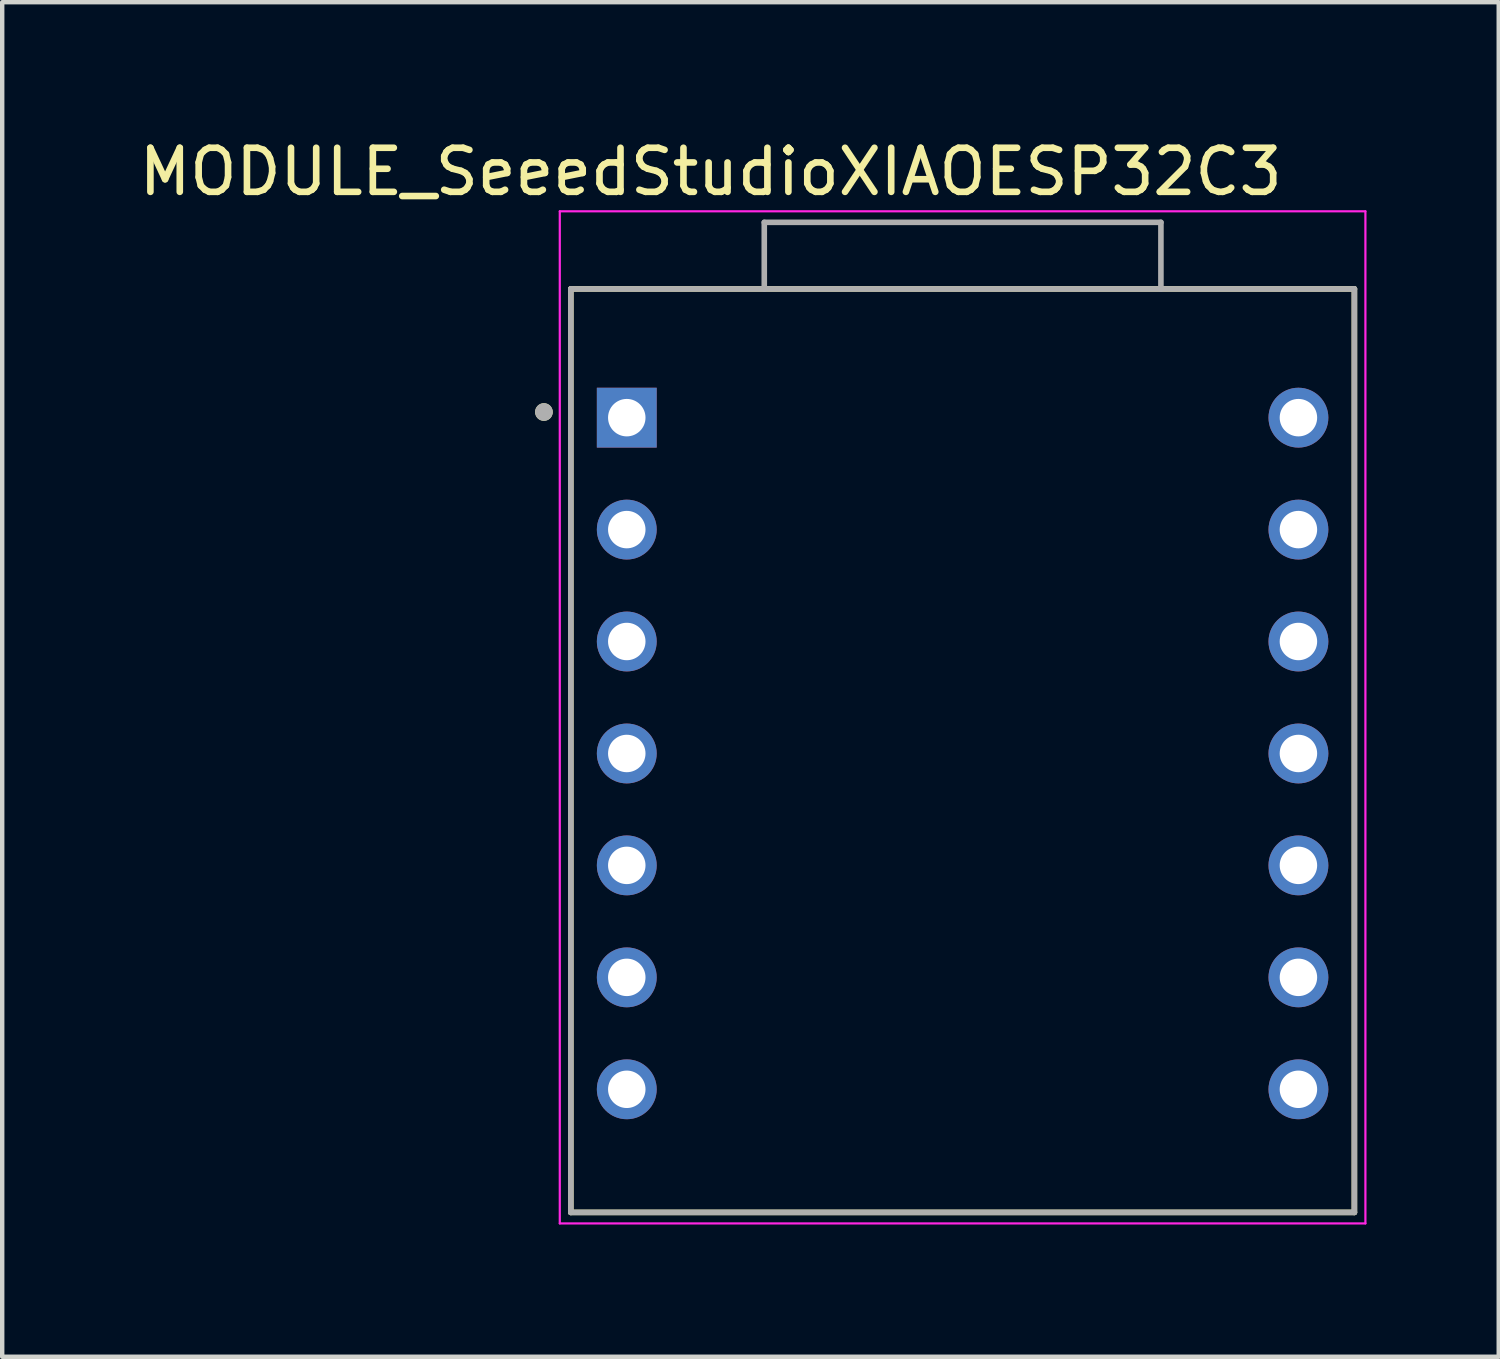
<source format=kicad_pcb>
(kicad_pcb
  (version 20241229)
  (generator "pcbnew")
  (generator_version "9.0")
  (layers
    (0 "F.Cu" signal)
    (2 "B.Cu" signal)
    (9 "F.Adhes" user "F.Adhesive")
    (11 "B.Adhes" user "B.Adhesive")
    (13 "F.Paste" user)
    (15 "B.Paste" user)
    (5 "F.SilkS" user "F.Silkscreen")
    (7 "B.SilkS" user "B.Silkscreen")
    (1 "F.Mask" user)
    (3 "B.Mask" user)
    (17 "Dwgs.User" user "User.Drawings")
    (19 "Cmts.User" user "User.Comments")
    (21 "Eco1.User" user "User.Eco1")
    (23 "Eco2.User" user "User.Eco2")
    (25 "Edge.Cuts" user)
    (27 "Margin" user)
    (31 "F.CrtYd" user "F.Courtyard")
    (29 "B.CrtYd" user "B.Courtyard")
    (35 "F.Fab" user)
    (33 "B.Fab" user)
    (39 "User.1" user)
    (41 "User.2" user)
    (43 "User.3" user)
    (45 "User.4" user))
  (footprint "MODULE_SeeedStudioXIAOESP32C3"
    (layer "F.Cu")
    (at 18.792 13.983)
    (property "Reference" "MODULE_SeeedStudioXIAOESP32C3" (at -5.715 -13.135 0) (layer "F.SilkS") (effects (font (size 1 1) (thickness 0.15))))
    (attr through_hole)
    (fp_line (start -8.89 -10.477) (end 8.89 -10.477) (stroke (width 0.127) (type solid)) (layer "F.SilkS"))
    (fp_line (start -8.89 10.477) (end -8.89 -10.477) (stroke (width 0.127) (type solid)) (layer "F.SilkS"))
    (fp_line (start 8.89 -10.477) (end 8.89 10.477) (stroke (width 0.127) (type solid)) (layer "F.SilkS"))
    (fp_line (start 8.89 10.477) (end -8.89 10.477) (stroke (width 0.127) (type solid)) (layer "F.SilkS"))
    (fp_circle (center -9.5 -7.684) (end -9.4 -7.684) (stroke (width 0.2) (type solid)) (fill no) (layer "F.SilkS"))
    (fp_line (start -9.14 -12.238) (end -9.14 10.727) (stroke (width 0.05) (type solid)) (layer "F.CrtYd"))
    (fp_line (start -9.14 10.727) (end 9.14 10.727) (stroke (width 0.05) (type solid)) (layer "F.CrtYd"))
    (fp_line (start 9.14 -12.238) (end -9.14 -12.238) (stroke (width 0.05) (type solid)) (layer "F.CrtYd"))
    (fp_line (start 9.14 10.727) (end 9.14 -12.238) (stroke (width 0.05) (type solid)) (layer "F.CrtYd"))
    (fp_line (start -8.89 -10.477) (end -4.5 -10.477) (stroke (width 0.127) (type solid)) (layer "F.Fab"))
    (fp_line (start -8.89 10.477) (end -8.89 -10.477) (stroke (width 0.127) (type solid)) (layer "F.Fab"))
    (fp_line (start -4.5 -11.988) (end 4.5 -11.988) (stroke (width 0.127) (type solid)) (layer "F.Fab"))
    (fp_line (start -4.5 -10.477) (end -4.5 -11.988) (stroke (width 0.127) (type solid)) (layer "F.Fab"))
    (fp_line (start -4.5 -10.477) (end 4.5 -10.477) (stroke (width 0.127) (type solid)) (layer "F.Fab"))
    (fp_line (start 4.5 -11.988) (end 4.5 -10.477) (stroke (width 0.127) (type solid)) (layer "F.Fab"))
    (fp_line (start 4.5 -10.477) (end 8.89 -10.477) (stroke (width 0.127) (type solid)) (layer "F.Fab"))
    (fp_line (start 8.89 -10.477) (end 8.89 10.477) (stroke (width 0.127) (type solid)) (layer "F.Fab"))
    (fp_line (start 8.89 10.477) (end -8.89 10.477) (stroke (width 0.127) (type solid)) (layer "F.Fab"))
    (fp_circle (center -9.5 -7.684) (end -9.4 -7.684) (stroke (width 0.2) (type solid)) (fill no) (layer "F.Fab"))
    (pad "1" thru_hole rect (at -7.62 -7.556) (size 1.358 1.358) (drill 0.85) (layers "*.Cu" "*.Mask"))
    (pad "2" thru_hole circle (at -7.62 -5.016) (size 1.358 1.358) (drill 0.85) (layers "*.Cu" "*.Mask"))
    (pad "3" thru_hole circle (at -7.62 -2.477) (size 1.358 1.358) (drill 0.85) (layers "*.Cu" "*.Mask"))
    (pad "4" thru_hole circle (at -7.62 0.064) (size 1.358 1.358) (drill 0.85) (layers "*.Cu" "*.Mask"))
    (pad "5" thru_hole circle (at -7.62 2.603) (size 1.358 1.358) (drill 0.85) (layers "*.Cu" "*.Mask"))
    (pad "6" thru_hole circle (at -7.62 5.144) (size 1.358 1.358) (drill 0.85) (layers "*.Cu" "*.Mask"))
    (pad "7" thru_hole circle (at -7.62 7.684) (size 1.358 1.358) (drill 0.85) (layers "*.Cu" "*.Mask"))
    (pad "8" thru_hole circle (at 7.62 7.684) (size 1.358 1.358) (drill 0.85) (layers "*.Cu" "*.Mask"))
    (pad "9" thru_hole circle (at 7.62 5.144) (size 1.358 1.358) (drill 0.85) (layers "*.Cu" "*.Mask"))
    (pad "10" thru_hole circle (at 7.62 2.603) (size 1.358 1.358) (drill 0.85) (layers "*.Cu" "*.Mask"))
    (pad "11" thru_hole circle (at 7.62 0.064) (size 1.358 1.358) (drill 0.85) (layers "*.Cu" "*.Mask"))
    (pad "12" thru_hole circle (at 7.62 -2.477) (size 1.358 1.358) (drill 0.85) (layers "*.Cu" "*.Mask"))
    (pad "13" thru_hole circle (at 7.62 -5.016) (size 1.358 1.358) (drill 0.85) (layers "*.Cu" "*.Mask"))
    (pad "14" thru_hole circle (at 7.62 -7.556) (size 1.358 1.358) (drill 0.85) (layers "*.Cu" "*.Mask")))
  (gr_rect
    (start -3 -3)
    (end 30.957 27.736)
    (stroke (width 0.1) (type default))
    (fill no)
    (layer "Edge.Cuts")))
</source>
